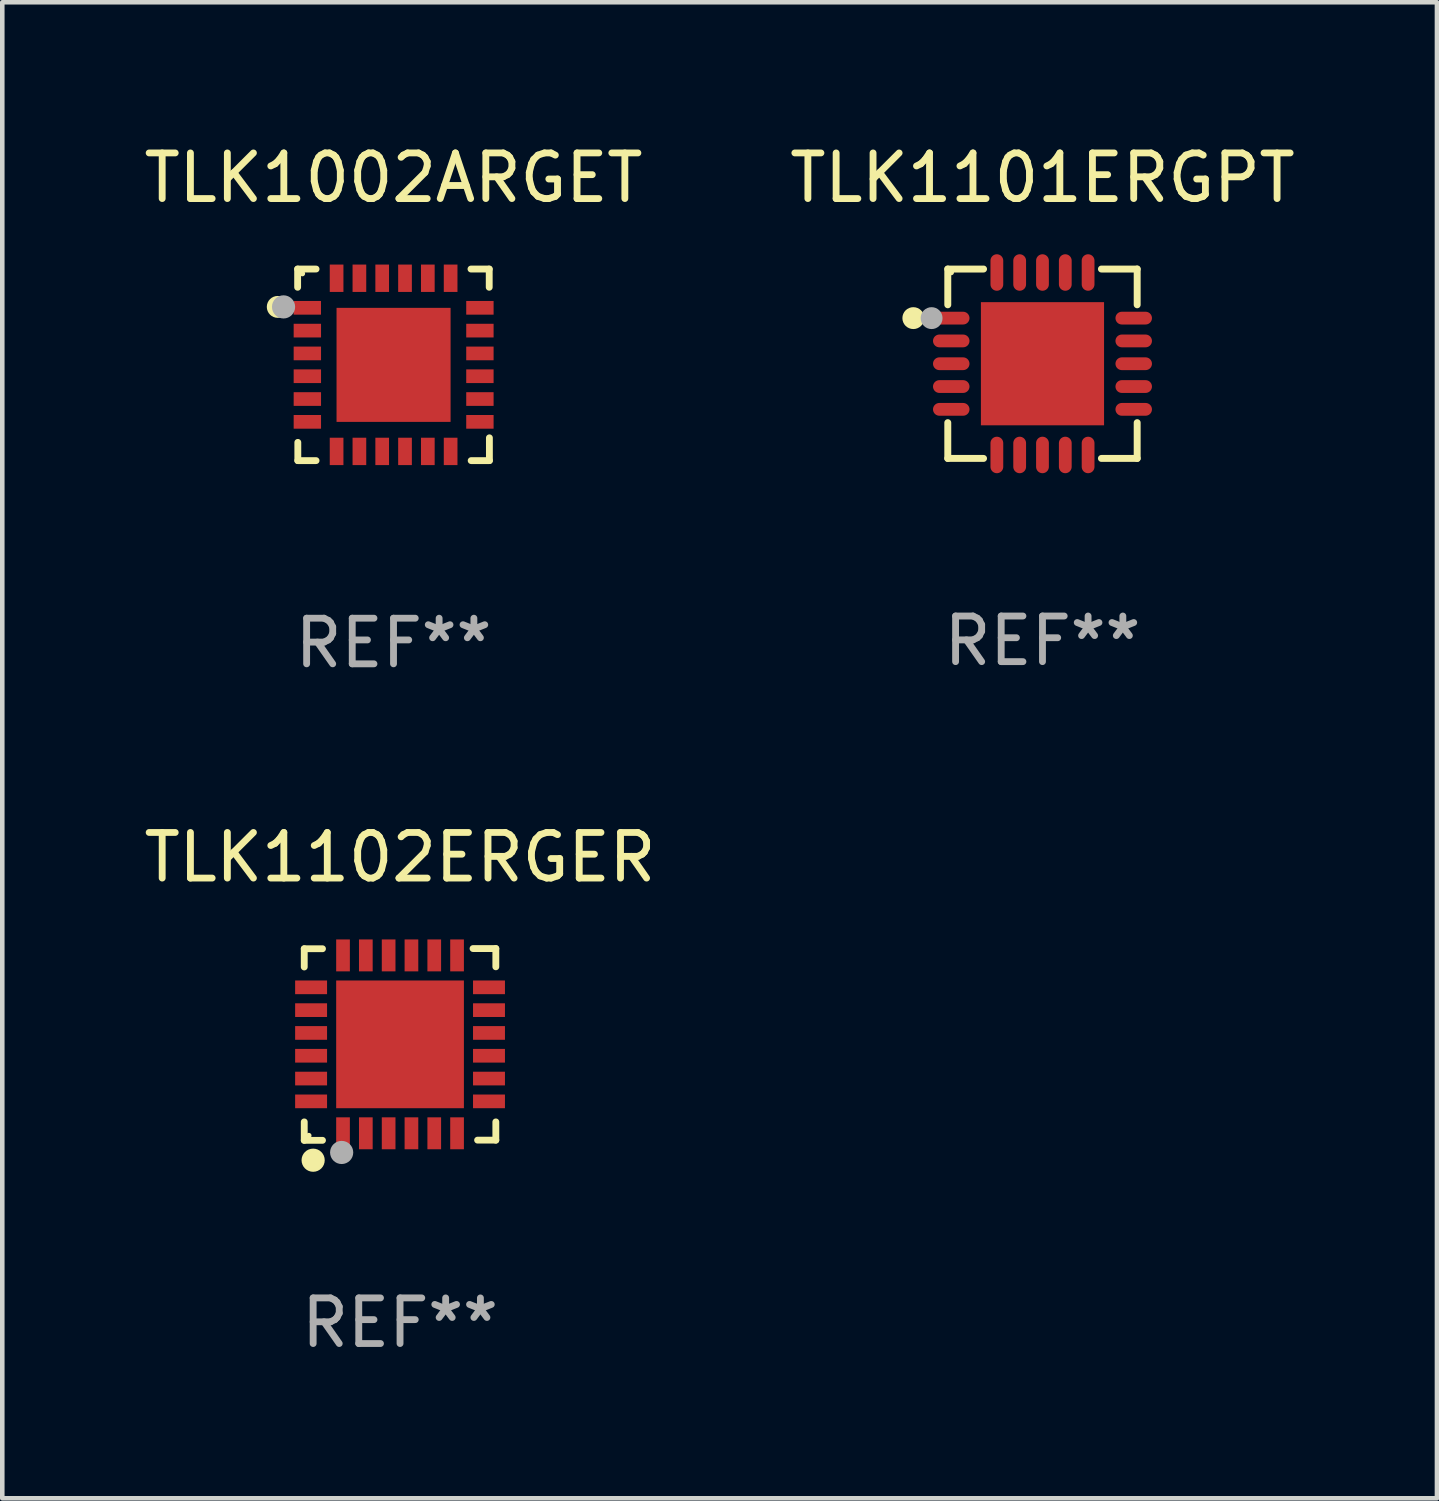
<source format=kicad_pcb>
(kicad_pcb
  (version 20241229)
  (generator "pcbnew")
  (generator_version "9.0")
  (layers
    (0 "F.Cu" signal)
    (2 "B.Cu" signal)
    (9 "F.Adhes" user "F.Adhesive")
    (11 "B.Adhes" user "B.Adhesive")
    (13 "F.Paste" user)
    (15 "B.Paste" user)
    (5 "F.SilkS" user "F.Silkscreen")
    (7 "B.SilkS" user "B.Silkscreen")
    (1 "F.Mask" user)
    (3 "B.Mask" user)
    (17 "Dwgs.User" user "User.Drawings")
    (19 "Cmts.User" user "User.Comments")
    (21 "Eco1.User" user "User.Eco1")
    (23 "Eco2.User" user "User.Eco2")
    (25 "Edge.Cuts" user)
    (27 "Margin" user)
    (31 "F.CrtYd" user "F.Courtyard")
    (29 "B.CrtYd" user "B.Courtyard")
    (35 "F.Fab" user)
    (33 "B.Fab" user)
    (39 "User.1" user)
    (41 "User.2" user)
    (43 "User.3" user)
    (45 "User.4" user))
  (footprint "TLK1101ERGPT"
    (layer "F.Cu")
    (at 19.804 4.924)
    (property "Reference" "TLK1101ERGPT" (at 0 -4.076 0) (layer "F.SilkS") (effects (font (size 1 1) (thickness 0.15))))
    (attr through_hole)
    (fp_line (start -2.076 -2.076) (end -1.292 -2.076) (stroke (width 0.152) (type solid)) (layer "F.SilkS"))
    (fp_line (start -2.076 -1.292) (end -2.076 -2.076) (stroke (width 0.152) (type solid)) (layer "F.SilkS"))
    (fp_line (start -2.076 1.292) (end -2.076 2.076) (stroke (width 0.152) (type solid)) (layer "F.SilkS"))
    (fp_line (start -2.076 2.076) (end -1.292 2.076) (stroke (width 0.152) (type solid)) (layer "F.SilkS"))
    (fp_line (start 2.076 -2.076) (end 1.292 -2.076) (stroke (width 0.152) (type solid)) (layer "F.SilkS"))
    (fp_line (start 2.076 -1.292) (end 2.076 -2.076) (stroke (width 0.152) (type solid)) (layer "F.SilkS"))
    (fp_line (start 2.076 1.292) (end 2.076 2.076) (stroke (width 0.152) (type solid)) (layer "F.SilkS"))
    (fp_line (start 2.076 2.076) (end 1.292 2.076) (stroke (width 0.152) (type solid)) (layer "F.SilkS"))
    (fp_circle (center -2.831 -1) (end -2.711 -1) (stroke (width 0.24) (type solid)) (fill no) (layer "F.SilkS"))
    (fp_circle (center -2 -2) (end -1.97 -2) (stroke (width 0.06) (type solid)) (fill no) (layer "F.SilkS"))
    (fp_circle (center -2.431 -1) (end -2.311 -1) (stroke (width 0.24) (type solid)) (fill no) (layer "F.Fab"))
    (fp_text user "REF**" (at 0 6.076 0) (layer "F.Fab") (effects (font (size 1 1) (thickness 0.15))))
    (pad "1" smd oval (at -2 -1) (size 0.8 0.28) (layers "F.Cu" "F.Mask" "F.Paste"))
    (pad "2" smd oval (at -2 -0.5) (size 0.8 0.28) (layers "F.Cu" "F.Mask" "F.Paste"))
    (pad "3" smd oval (at -2 0) (size 0.8 0.28) (layers "F.Cu" "F.Mask" "F.Paste"))
    (pad "4" smd oval (at -2 0.5) (size 0.8 0.28) (layers "F.Cu" "F.Mask" "F.Paste"))
    (pad "5" smd oval (at -2 1) (size 0.8 0.28) (layers "F.Cu" "F.Mask" "F.Paste"))
    (pad "6" smd oval (at -1 2) (size 0.28 0.8) (layers "F.Cu" "F.Mask" "F.Paste"))
    (pad "7" smd oval (at -0.5 2) (size 0.28 0.8) (layers "F.Cu" "F.Mask" "F.Paste"))
    (pad "8" smd oval (at 0 2) (size 0.28 0.8) (layers "F.Cu" "F.Mask" "F.Paste"))
    (pad "9" smd oval (at 0.5 2) (size 0.28 0.8) (layers "F.Cu" "F.Mask" "F.Paste"))
    (pad "10" smd oval (at 1 2) (size 0.28 0.8) (layers "F.Cu" "F.Mask" "F.Paste"))
    (pad "11" smd oval (at 2 1) (size 0.8 0.28) (layers "F.Cu" "F.Mask" "F.Paste"))
    (pad "12" smd oval (at 2 0.5) (size 0.8 0.28) (layers "F.Cu" "F.Mask" "F.Paste"))
    (pad "13" smd oval (at 2 0) (size 0.8 0.28) (layers "F.Cu" "F.Mask" "F.Paste"))
    (pad "14" smd oval (at 2 -0.5) (size 0.8 0.28) (layers "F.Cu" "F.Mask" "F.Paste"))
    (pad "15" smd oval (at 2 -1) (size 0.8 0.28) (layers "F.Cu" "F.Mask" "F.Paste"))
    (pad "16" smd oval (at 1 -2) (size 0.28 0.8) (layers "F.Cu" "F.Mask" "F.Paste"))
    (pad "17" smd oval (at 0.5 -2) (size 0.28 0.8) (layers "F.Cu" "F.Mask" "F.Paste"))
    (pad "18" smd oval (at 0 -2) (size 0.28 0.8) (layers "F.Cu" "F.Mask" "F.Paste"))
    (pad "19" smd oval (at -0.5 -2) (size 0.28 0.8) (layers "F.Cu" "F.Mask" "F.Paste"))
    (pad "20" smd oval (at -1 -2) (size 0.28 0.8) (layers "F.Cu" "F.Mask" "F.Paste"))
    (pad "21" smd rect (at 0 0) (size 2.7 2.7) (layers "F.Cu" "F.Mask" "F.Paste")))
  (footprint "TLK1002ARGET"
    (layer "F.Cu")
    (at 5.577 4.948)
    (property "Reference" "TLK1002ARGET" (at 0 -4.1 0) (layer "F.SilkS") (effects (font (size 1 1) (thickness 0.15))))
    (attr through_hole)
    (fp_line (start -2.102 -2.1) (end -1.698 -2.1) (stroke (width 0.15) (type solid)) (layer "F.SilkS"))
    (fp_line (start -2.102 -1.7) (end -2.102 -2.1) (stroke (width 0.15) (type solid)) (layer "F.SilkS"))
    (fp_line (start -2.098 1.7) (end -2.098 2.1) (stroke (width 0.15) (type solid)) (layer "F.SilkS"))
    (fp_line (start -2.098 2.1) (end -1.698 2.1) (stroke (width 0.15) (type solid)) (layer "F.SilkS"))
    (fp_line (start 1.698 -2.1) (end 2.098 -2.1) (stroke (width 0.15) (type solid)) (layer "F.SilkS"))
    (fp_line (start 2.098 -2.1) (end 2.098 -1.7) (stroke (width 0.15) (type solid)) (layer "F.SilkS"))
    (fp_line (start 2.102 1.6) (end 2.102 2.1) (stroke (width 0.15) (type solid)) (layer "F.SilkS"))
    (fp_line (start 2.102 2.1) (end 1.702 2.1) (stroke (width 0.15) (type solid)) (layer "F.SilkS"))
    (fp_circle (center -2.538 -1.27) (end -2.418 -1.27) (stroke (width 0.24) (type solid)) (fill no) (layer "F.SilkS"))
    (fp_circle (center -1.998 -2) (end -1.968 -2) (stroke (width 0.06) (type solid)) (fill no) (layer "F.SilkS"))
    (fp_circle (center -2.411 -1.27) (end -2.284 -1.27) (stroke (width 0.254) (type solid)) (fill no) (layer "F.Fab"))
    (fp_text user "REF**" (at 0 6.1 0) (layer "F.Fab") (effects (font (size 1 1) (thickness 0.15))))
    (pad "1" smd rect (at -1.89 -1.25 90) (size 0.3 0.6) (layers "F.Cu" "F.Mask" "F.Paste"))
    (pad "2" smd rect (at -1.889 -0.75 90) (size 0.3 0.6) (layers "F.Cu" "F.Mask" "F.Paste"))
    (pad "3" smd rect (at -1.889 -0.25 90) (size 0.3 0.6) (layers "F.Cu" "F.Mask" "F.Paste"))
    (pad "4" smd rect (at -1.889 0.25 90) (size 0.3 0.6) (layers "F.Cu" "F.Mask" "F.Paste"))
    (pad "5" smd rect (at -1.889 0.75 90) (size 0.3 0.6) (layers "F.Cu" "F.Mask" "F.Paste"))
    (pad "6" smd rect (at -1.889 1.25 90) (size 0.3 0.6) (layers "F.Cu" "F.Mask" "F.Paste"))
    (pad "7" smd rect (at -1.248 1.898 180) (size 0.3 0.6) (layers "F.Cu" "F.Mask" "F.Paste"))
    (pad "8" smd rect (at -0.748 1.898 180) (size 0.3 0.6) (layers "F.Cu" "F.Mask" "F.Paste"))
    (pad "9" smd rect (at -0.248 1.898 180) (size 0.3 0.6) (layers "F.Cu" "F.Mask" "F.Paste"))
    (pad "10" smd rect (at 0.252 1.898 180) (size 0.3 0.6) (layers "F.Cu" "F.Mask" "F.Paste"))
    (pad "11" smd rect (at 0.752 1.898 180) (size 0.3 0.6) (layers "F.Cu" "F.Mask" "F.Paste"))
    (pad "12" smd rect (at 1.252 1.898 180) (size 0.3 0.6) (layers "F.Cu" "F.Mask" "F.Paste"))
    (pad "13" smd rect (at 1.894 1.25 270) (size 0.3 0.6) (layers "F.Cu" "F.Mask" "F.Paste"))
    (pad "14" smd rect (at 1.894 0.75 270) (size 0.3 0.6) (layers "F.Cu" "F.Mask" "F.Paste"))
    (pad "15" smd rect (at 1.894 0.25 270) (size 0.3 0.6) (layers "F.Cu" "F.Mask" "F.Paste"))
    (pad "16" smd rect (at 1.894 -0.25 270) (size 0.3 0.6) (layers "F.Cu" "F.Mask" "F.Paste"))
    (pad "17" smd rect (at 1.894 -0.75 270) (size 0.3 0.6) (layers "F.Cu" "F.Mask" "F.Paste"))
    (pad "18" smd rect (at 1.894 -1.25 270) (size 0.3 0.6) (layers "F.Cu" "F.Mask" "F.Paste"))
    (pad "19" smd rect (at 1.252 -1.898) (size 0.3 0.6) (layers "F.Cu" "F.Mask" "F.Paste"))
    (pad "20" smd rect (at 0.752 -1.898) (size 0.3 0.6) (layers "F.Cu" "F.Mask" "F.Paste"))
    (pad "21" smd rect (at 0.252 -1.898) (size 0.3 0.6) (layers "F.Cu" "F.Mask" "F.Paste"))
    (pad "22" smd rect (at -0.248 -1.898) (size 0.3 0.6) (layers "F.Cu" "F.Mask" "F.Paste"))
    (pad "23" smd rect (at -0.748 -1.898) (size 0.3 0.6) (layers "F.Cu" "F.Mask" "F.Paste"))
    (pad "24" smd rect (at -1.248 -1.898) (size 0.3 0.6) (layers "F.Cu" "F.Mask" "F.Paste"))
    (pad "25" smd rect (at 0.001 0.001) (size 2.5 2.5) (layers "F.Cu" "F.Mask" "F.Paste")))
  (footprint "TLK1102ERGER"
    (layer "F.Cu")
    (at 5.72 19.847)
    (property "Reference" "TLK1102ERGER" (at 0 -4.102 0) (layer "F.SilkS") (effects (font (size 1 1) (thickness 0.15))))
    (attr through_hole)
    (fp_line (start -2.1 -2.098) (end -1.7 -2.098) (stroke (width 0.15) (type solid)) (layer "F.SilkS"))
    (fp_line (start -2.1 -1.698) (end -2.1 -2.098) (stroke (width 0.15) (type solid)) (layer "F.SilkS"))
    (fp_line (start -2.1 2.102) (end -2.1 1.698) (stroke (width 0.15) (type solid)) (layer "F.SilkS"))
    (fp_line (start -1.7 2.102) (end -2.1 2.102) (stroke (width 0.15) (type solid)) (layer "F.SilkS"))
    (fp_line (start 1.6 -2.102) (end 2.1 -2.102) (stroke (width 0.15) (type solid)) (layer "F.SilkS"))
    (fp_line (start 1.7 2.098) (end 2.1 2.098) (stroke (width 0.15) (type solid)) (layer "F.SilkS"))
    (fp_line (start 2.1 -2.102) (end 2.1 -1.702) (stroke (width 0.15) (type solid)) (layer "F.SilkS"))
    (fp_line (start 2.1 2.098) (end 2.1 1.698) (stroke (width 0.15) (type solid)) (layer "F.SilkS"))
    (fp_circle (center -2 1.998) (end -1.97 1.998) (stroke (width 0.06) (type solid)) (fill no) (layer "F.SilkS"))
    (fp_circle (center -1.905 2.538) (end -1.778 2.538) (stroke (width 0.254) (type solid)) (fill no) (layer "F.SilkS"))
    (fp_circle (center -1.28 2.368) (end -1.153 2.368) (stroke (width 0.254) (type solid)) (fill no) (layer "F.Fab"))
    (fp_text user "REF**" (at 0 6.102 0) (layer "F.Fab") (effects (font (size 1 1) (thickness 0.15))))
    (pad "1" smd rect (at -1.25 1.948 180) (size 0.3 0.7) (layers "F.Cu" "F.Mask" "F.Paste"))
    (pad "2" smd rect (at -0.75 1.948 180) (size 0.3 0.7) (layers "F.Cu" "F.Mask" "F.Paste"))
    (pad "3" smd rect (at -0.25 1.948 180) (size 0.3 0.7) (layers "F.Cu" "F.Mask" "F.Paste"))
    (pad "4" smd rect (at 0.25 1.948 180) (size 0.3 0.7) (layers "F.Cu" "F.Mask" "F.Paste"))
    (pad "5" smd rect (at 0.75 1.948 180) (size 0.3 0.7) (layers "F.Cu" "F.Mask" "F.Paste"))
    (pad "6" smd rect (at 1.25 1.948 180) (size 0.3 0.7) (layers "F.Cu" "F.Mask" "F.Paste"))
    (pad "7" smd rect (at 1.95 1.248 270) (size 0.3 0.7) (layers "F.Cu" "F.Mask" "F.Paste"))
    (pad "8" smd rect (at 1.95 0.748 270) (size 0.3 0.7) (layers "F.Cu" "F.Mask" "F.Paste"))
    (pad "9" smd rect (at 1.95 0.248 270) (size 0.3 0.7) (layers "F.Cu" "F.Mask" "F.Paste"))
    (pad "10" smd rect (at 1.95 -0.252 270) (size 0.3 0.7) (layers "F.Cu" "F.Mask" "F.Paste"))
    (pad "11" smd rect (at 1.95 -0.752 270) (size 0.3 0.7) (layers "F.Cu" "F.Mask" "F.Paste"))
    (pad "12" smd rect (at 1.95 -1.252 270) (size 0.3 0.7) (layers "F.Cu" "F.Mask" "F.Paste"))
    (pad "13" smd rect (at 1.25 -1.952) (size 0.3 0.7) (layers "F.Cu" "F.Mask" "F.Paste"))
    (pad "14" smd rect (at 0.75 -1.952) (size 0.3 0.7) (layers "F.Cu" "F.Mask" "F.Paste"))
    (pad "15" smd rect (at 0.25 -1.952) (size 0.3 0.7) (layers "F.Cu" "F.Mask" "F.Paste"))
    (pad "16" smd rect (at -0.25 -1.952) (size 0.3 0.7) (layers "F.Cu" "F.Mask" "F.Paste"))
    (pad "17" smd rect (at -0.75 -1.952) (size 0.3 0.7) (layers "F.Cu" "F.Mask" "F.Paste"))
    (pad "18" smd rect (at -1.25 -1.952) (size 0.3 0.7) (layers "F.Cu" "F.Mask" "F.Paste"))
    (pad "19" smd rect (at -1.95 -1.252 90) (size 0.3 0.7) (layers "F.Cu" "F.Mask" "F.Paste"))
    (pad "20" smd rect (at -1.95 -0.752 90) (size 0.3 0.7) (layers "F.Cu" "F.Mask" "F.Paste"))
    (pad "21" smd rect (at -1.95 -0.252 90) (size 0.3 0.7) (layers "F.Cu" "F.Mask" "F.Paste"))
    (pad "22" smd rect (at -1.95 0.248 90) (size 0.3 0.7) (layers "F.Cu" "F.Mask" "F.Paste"))
    (pad "23" smd rect (at -1.95 0.748 90) (size 0.3 0.7) (layers "F.Cu" "F.Mask" "F.Paste"))
    (pad "24" smd rect (at -1.95 1.248 90) (size 0.3 0.7) (layers "F.Cu" "F.Mask" "F.Paste"))
    (pad "25" smd rect (at 0.000038 -0.002) (size 2.8 2.8) (layers "F.Cu" "F.Mask" "F.Paste")))
  (gr_rect
    (start -3 -3)
    (end 28.452 29.797)
    (stroke (width 0.1) (type default))
    (fill no)
    (layer "Edge.Cuts")))
</source>
